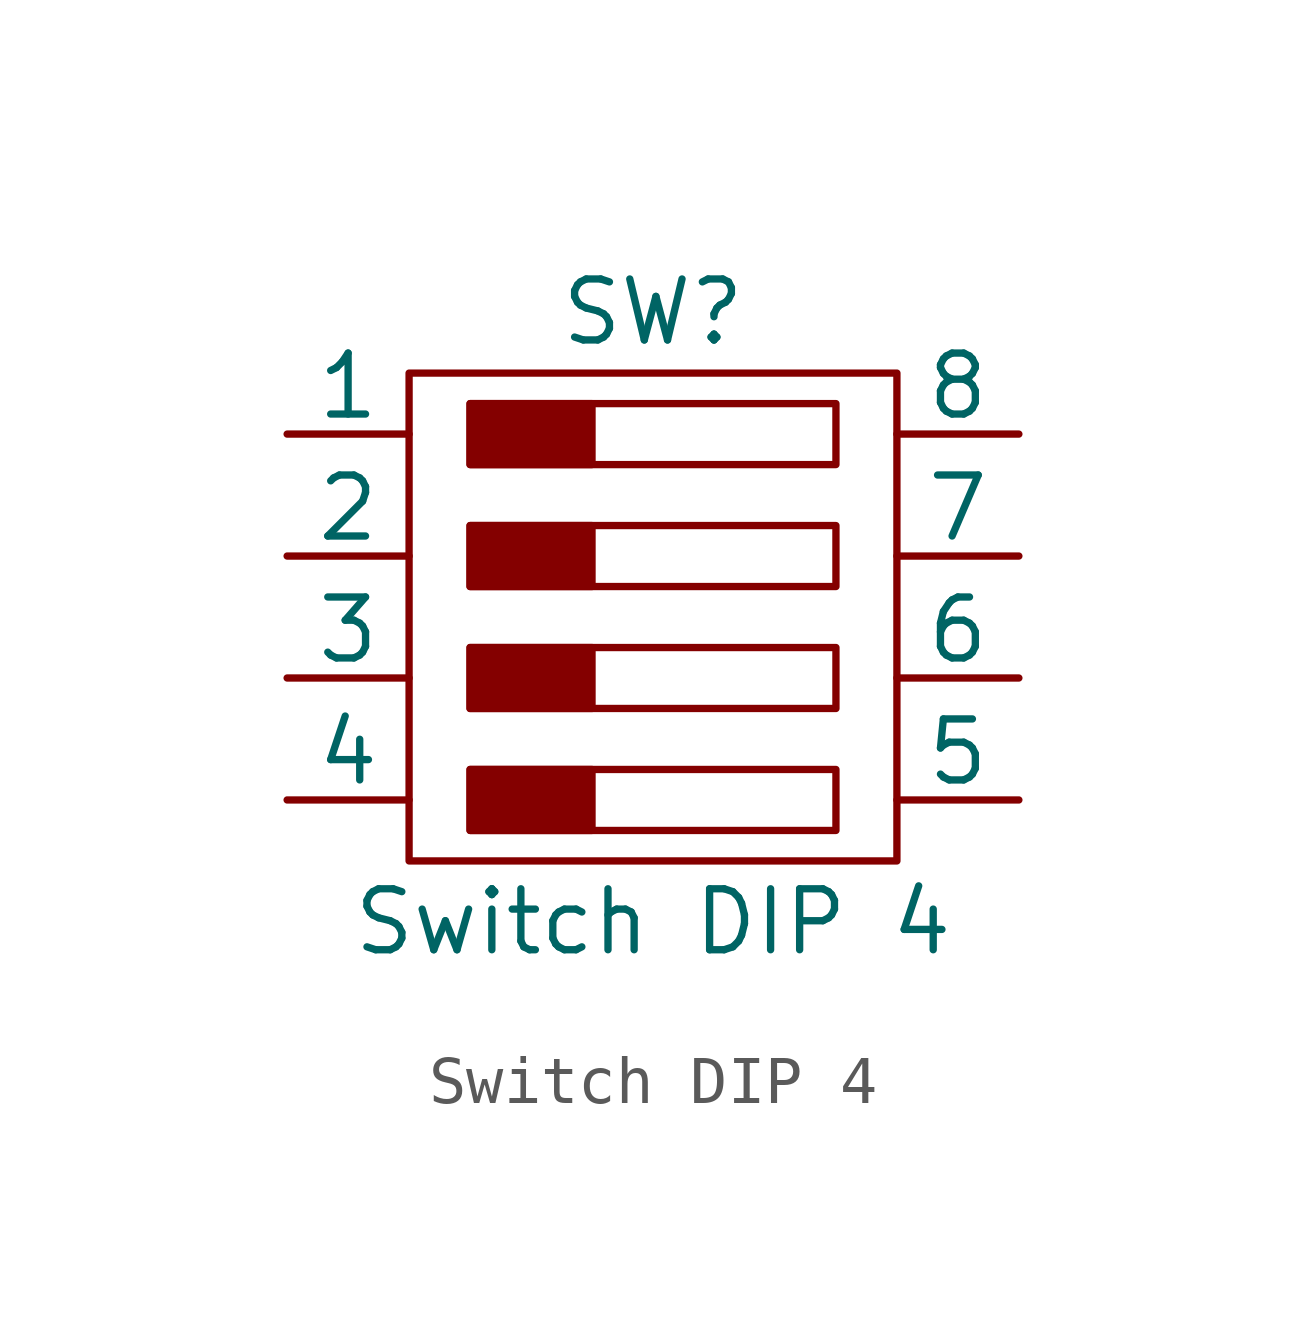
<source format=kicad_sym>
(kicad_symbol_lib
  (version 20241209)
  (generator "kicad_symbol_editor")
  (generator_version "9.0")
  (symbol "Switch DIP 4"
    (pin_numbers
      (hide yes))
    (pin_names
      (offset 0))
    (property "Reference" "SW"
      (at 0 5.08 0)
      (effects (font (size 1.27 1.27))))
    (property "Value" "Switch DIP 4"
      (at 0 -7.62 0)
      (effects (font (size 1.27 1.27))))
    (symbol "Switch DIP 4_0_1"
      (polyline (pts (xy -5.08 3.81) (xy -5.08 -6.35) (xy 5.08 -6.35) (xy 5.08 3.81) (xy -5.08 3.81)) (stroke (width 0) (type default)) (fill (type none)))
      (rectangle (start -3.81 3.175) (end 3.81 1.905) (stroke (width 0) (type default)) (fill (type none)))
      (rectangle (start -3.81 0.635) (end 3.81 -0.635) (stroke (width 0) (type default)) (fill (type none)))
      (rectangle (start -3.81 -1.905) (end 3.81 -3.175) (stroke (width 0) (type default)) (fill (type none)))
      (rectangle (start -3.81 -4.445) (end 3.81 -5.715) (stroke (width 0) (type default)) (fill (type none))))
    (symbol "Switch DIP 4_1_1"
      (rectangle (start -3.81 3.175) (end -1.27 1.905) (stroke (width 0) (type default)) (fill (type outline)))
      (rectangle (start -3.81 0.635) (end -1.27 -0.635) (stroke (width 0) (type default)) (fill (type outline)))
      (rectangle (start -3.81 -1.905) (end -1.27 -3.175) (stroke (width 0) (type default)) (fill (type outline)))
      (rectangle (start -3.81 -4.445) (end -1.27 -5.715) (stroke (width 0) (type default)) (fill (type outline)))
      (pin passive line (at -7.62 2.54 0) (length 2.54) (name "1" (effects (font (size 1.27 1.27)))) (number "1" (effects (font (size 1.27 1.27)))))
      (pin passive line (at -7.62 0 0) (length 2.54) (name "2" (effects (font (size 1.27 1.27)))) (number "2" (effects (font (size 1.27 1.27)))))
      (pin passive line (at -7.62 -2.54 0) (length 2.54) (name "3" (effects (font (size 1.27 1.27)))) (number "3" (effects (font (size 1.27 1.27)))))
      (pin passive line (at -7.62 -5.08 0) (length 2.54) (name "4" (effects (font (size 1.27 1.27)))) (number "4" (effects (font (size 1.27 1.27)))))
      (pin passive line (at 7.62 2.54 180) (length 2.54) (name "8" (effects (font (size 1.27 1.27)))) (number "8" (effects (font (size 1.27 1.27)))))
      (pin passive line (at 7.62 0 180) (length 2.54) (name "7" (effects (font (size 1.27 1.27)))) (number "7" (effects (font (size 1.27 1.27)))))
      (pin passive line (at 7.62 -2.54 180) (length 2.54) (name "6" (effects (font (size 1.27 1.27)))) (number "6" (effects (font (size 1.27 1.27)))))
      (pin passive line (at 7.62 -5.08 180) (length 2.54) (name "5" (effects (font (size 1.27 1.27)))) (number "5" (effects (font (size 1.27 1.27))))))))
</source>
